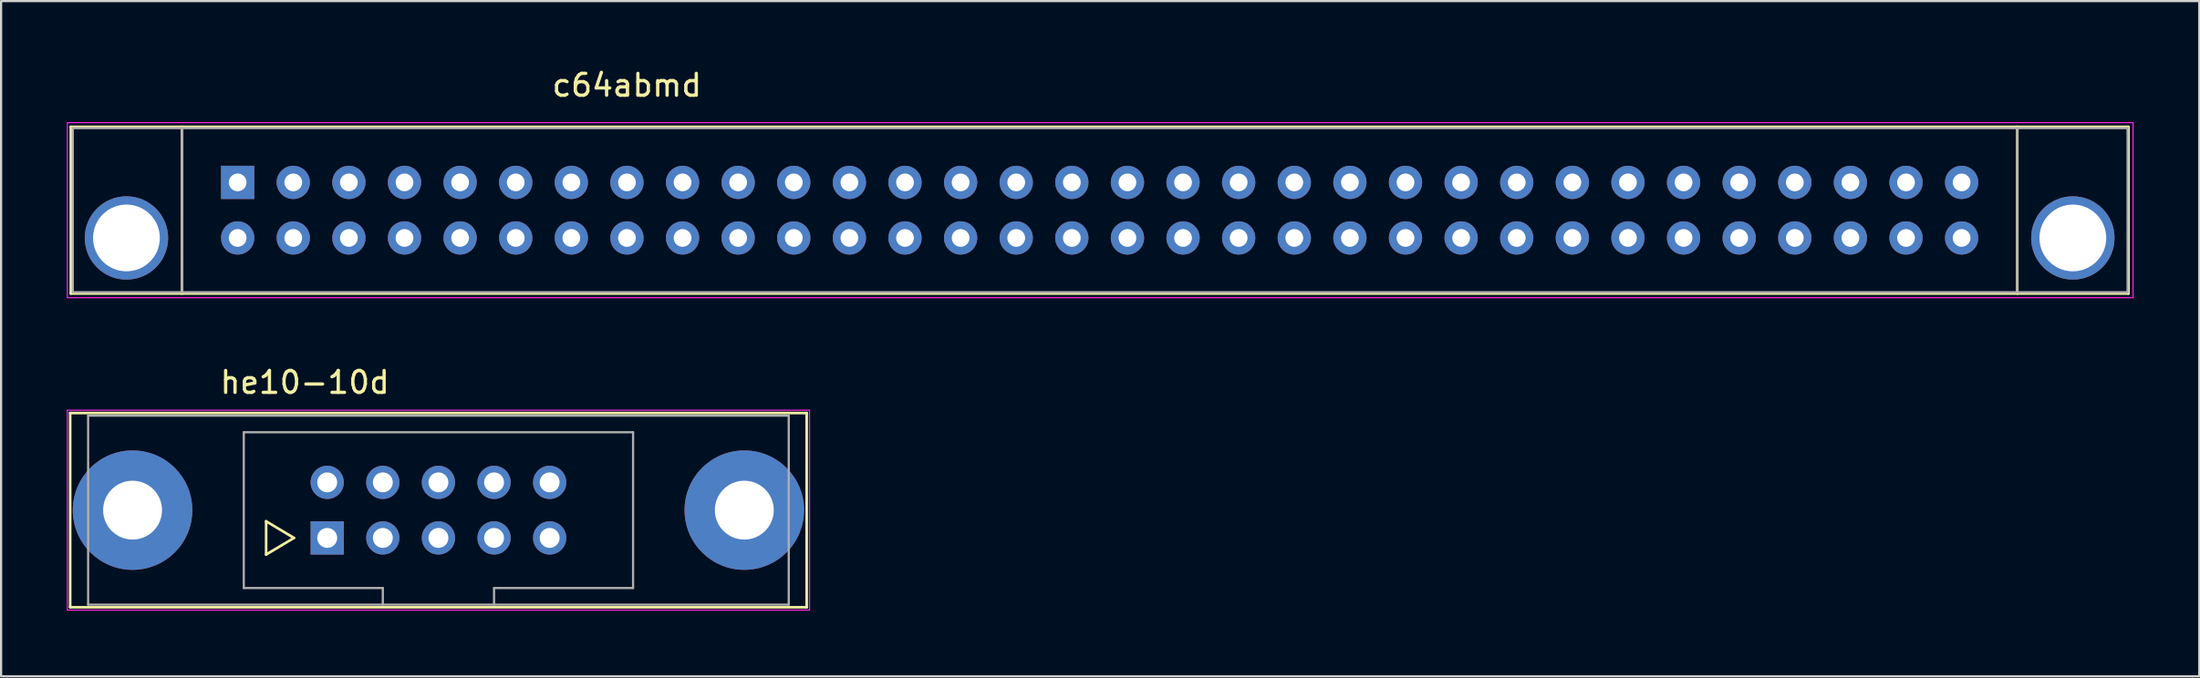
<source format=kicad_pcb>
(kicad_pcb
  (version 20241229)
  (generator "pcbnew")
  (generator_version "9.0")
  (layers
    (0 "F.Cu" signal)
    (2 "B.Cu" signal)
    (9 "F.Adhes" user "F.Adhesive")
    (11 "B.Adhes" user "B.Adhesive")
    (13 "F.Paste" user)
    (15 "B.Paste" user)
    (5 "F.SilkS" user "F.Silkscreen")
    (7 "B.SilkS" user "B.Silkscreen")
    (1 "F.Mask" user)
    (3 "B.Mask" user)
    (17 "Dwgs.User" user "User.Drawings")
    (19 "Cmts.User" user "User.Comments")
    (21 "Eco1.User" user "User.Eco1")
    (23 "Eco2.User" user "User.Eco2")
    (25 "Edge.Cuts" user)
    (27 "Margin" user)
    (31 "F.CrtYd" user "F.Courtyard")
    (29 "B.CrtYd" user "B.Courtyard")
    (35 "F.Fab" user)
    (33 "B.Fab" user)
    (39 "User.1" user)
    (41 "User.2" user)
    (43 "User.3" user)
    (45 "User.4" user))
  (footprint "he10-10d"
    (layer "F.Cu")
    (at 11.895 21.541)
    (property "Reference" "he10-10d" (at -1.02 -7.11 0) (layer "F.SilkS") (effects (font (size 1 1) (thickness 0.15))))
    (attr through_hole)
    (fp_line (start -11.74 -5.71) (end -11.74 3.17) (stroke (width 0.12) (type solid)) (layer "F.SilkS"))
    (fp_line (start -11.74 -5.71) (end 21.9 -5.71) (stroke (width 0.12) (type solid)) (layer "F.SilkS"))
    (fp_line (start -2.79 -0.76) (end -2.79 0.76) (stroke (width 0.12) (type solid)) (layer "F.SilkS"))
    (fp_line (start -2.79 0.76) (end -1.52 0) (stroke (width 0.12) (type solid)) (layer "F.SilkS"))
    (fp_line (start -1.52 0) (end -2.79 -0.76) (stroke (width 0.12) (type solid)) (layer "F.SilkS"))
    (fp_line (start 21.9 3.17) (end -11.74 3.17) (stroke (width 0.12) (type solid)) (layer "F.SilkS"))
    (fp_line (start 21.9 3.17) (end 21.9 -5.71) (stroke (width 0.12) (type solid)) (layer "F.SilkS"))
    (fp_line (start -11.87 -5.84) (end -11.87 3.3) (stroke (width 0.05) (type solid)) (layer "F.CrtYd"))
    (fp_line (start -11.87 -5.84) (end 22.03 -5.84) (stroke (width 0.05) (type solid)) (layer "F.CrtYd"))
    (fp_line (start 22.03 3.3) (end -11.87 3.3) (stroke (width 0.05) (type solid)) (layer "F.CrtYd"))
    (fp_line (start 22.03 3.3) (end 22.03 -5.84) (stroke (width 0.05) (type solid)) (layer "F.CrtYd"))
    (fp_line (start -10.92 -5.59) (end 21.08 -5.59) (stroke (width 0.1) (type solid)) (layer "F.Fab"))
    (fp_line (start -10.92 3.05) (end -10.92 -5.59) (stroke (width 0.1) (type solid)) (layer "F.Fab"))
    (fp_line (start -3.81 -4.83) (end 13.97 -4.83) (stroke (width 0.1) (type solid)) (layer "F.Fab"))
    (fp_line (start -3.81 2.29) (end -3.81 -4.83) (stroke (width 0.1) (type solid)) (layer "F.Fab"))
    (fp_line (start 2.54 2.29) (end -3.81 2.29) (stroke (width 0.1) (type solid)) (layer "F.Fab"))
    (fp_line (start 2.54 3.05) (end 2.54 2.29) (stroke (width 0.1) (type solid)) (layer "F.Fab"))
    (fp_line (start 7.62 2.29) (end 7.62 3.05) (stroke (width 0.1) (type solid)) (layer "F.Fab"))
    (fp_line (start 13.97 2.29) (end 7.62 2.29) (stroke (width 0.1) (type solid)) (layer "F.Fab"))
    (fp_line (start 13.97 2.29) (end 13.97 -4.83) (stroke (width 0.1) (type solid)) (layer "F.Fab"))
    (fp_line (start 21.08 -5.59) (end 21.08 3.05) (stroke (width 0.1) (type solid)) (layer "F.Fab"))
    (fp_line (start 21.08 3.05) (end -10.92 3.05) (stroke (width 0.1) (type solid)) (layer "F.Fab"))
    (pad "" thru_hole circle (at -8.89 -1.27) (size 5.46 5.46) (drill 2.69) (layers "*.Cu" "*.Mask"))
    (pad "" thru_hole circle (at 19.05 -1.27) (size 5.46 5.46) (drill 2.69) (layers "*.Cu" "*.Mask"))
    (pad "1" thru_hole rect (at 0 0) (size 1.52 1.52) (drill 0.91) (layers "*.Cu" "*.Mask"))
    (pad "2" thru_hole circle (at 0 -2.54) (size 1.52 1.52) (drill 0.91) (layers "*.Cu" "*.Mask"))
    (pad "3" thru_hole circle (at 2.54 0) (size 1.52 1.52) (drill 0.91) (layers "*.Cu" "*.Mask"))
    (pad "4" thru_hole circle (at 2.54 -2.54) (size 1.52 1.52) (drill 0.91) (layers "*.Cu" "*.Mask"))
    (pad "5" thru_hole circle (at 5.08 0) (size 1.52 1.52) (drill 0.91) (layers "*.Cu" "*.Mask"))
    (pad "6" thru_hole circle (at 5.08 -2.54) (size 1.52 1.52) (drill 0.91) (layers "*.Cu" "*.Mask"))
    (pad "7" thru_hole circle (at 7.62 0) (size 1.52 1.52) (drill 0.91) (layers "*.Cu" "*.Mask"))
    (pad "8" thru_hole circle (at 7.62 -2.54) (size 1.52 1.52) (drill 0.91) (layers "*.Cu" "*.Mask"))
    (pad "9" thru_hole circle (at 10.16 0) (size 1.52 1.52) (drill 0.91) (layers "*.Cu" "*.Mask"))
    (pad "10" thru_hole circle (at 10.16 -2.54) (size 1.52 1.52) (drill 0.91) (layers "*.Cu" "*.Mask")))
  (footprint "c64abmd"
    (layer "F.Cu")
    (at 7.805 5.288)
    (property "Reference" "c64abmd" (at 17.78 -4.44 0) (layer "F.SilkS") (effects (font (size 1 1) (thickness 0.15))))
    (attr through_hole)
    (fp_line (start -7.62 -2.54) (end 86.36 -2.54) (stroke (width 0.12) (type solid)) (layer "F.SilkS"))
    (fp_line (start -7.62 5.08) (end -7.62 -2.54) (stroke (width 0.12) (type solid)) (layer "F.SilkS"))
    (fp_line (start -7.62 5.08) (end 86.36 5.08) (stroke (width 0.12) (type solid)) (layer "F.SilkS"))
    (fp_line (start -2.54 5.08) (end -2.54 -2.54) (stroke (width 0.12) (type solid)) (layer "F.SilkS"))
    (fp_line (start 81.28 5.08) (end 81.28 -2.54) (stroke (width 0.12) (type solid)) (layer "F.SilkS"))
    (fp_line (start 86.36 -2.54) (end 86.36 5.08) (stroke (width 0.12) (type solid)) (layer "F.SilkS"))
    (fp_line (start -7.78 -2.73) (end -7.78 5.27) (stroke (width 0.05) (type solid)) (layer "F.CrtYd"))
    (fp_line (start -7.78 -2.73) (end 86.57 -2.73) (stroke (width 0.05) (type solid)) (layer "F.CrtYd"))
    (fp_line (start 86.57 5.27) (end -7.78 5.27) (stroke (width 0.05) (type solid)) (layer "F.CrtYd"))
    (fp_line (start 86.57 5.27) (end 86.57 -2.73) (stroke (width 0.05) (type solid)) (layer "F.CrtYd"))
    (fp_line (start -7.53 -2.48) (end -7.53 5.02) (stroke (width 0.1) (type solid)) (layer "F.Fab"))
    (fp_line (start -7.53 5.02) (end 86.32 5.02) (stroke (width 0.1) (type solid)) (layer "F.Fab"))
    (fp_line (start -2.53 -2.48) (end -2.53 5.02) (stroke (width 0.1) (type solid)) (layer "F.Fab"))
    (fp_line (start 81.27 5.02) (end 81.27 -2.48) (stroke (width 0.1) (type solid)) (layer "F.Fab"))
    (fp_line (start 86.32 -2.48) (end -7.53 -2.48) (stroke (width 0.1) (type solid)) (layer "F.Fab"))
    (fp_line (start 86.32 5.02) (end 86.32 -2.48) (stroke (width 0.1) (type solid)) (layer "F.Fab"))
    (pad "65" thru_hole circle (at -5.08 2.54) (size 3.81 3.81) (drill 3.05) (layers "*.Cu" "*.Mask"))
    (pad "66" thru_hole circle (at 83.82 2.54) (size 3.81 3.81) (drill 3.05) (layers "*.Cu" "*.Mask"))
    (pad "A1" thru_hole rect (at 0 0) (size 1.52 1.52) (drill 0.81) (layers "*.Cu" "*.Mask"))
    (pad "A2" thru_hole circle (at 2.54 0) (size 1.52 1.52) (drill 0.81) (layers "*.Cu" "*.Mask"))
    (pad "A3" thru_hole circle (at 5.08 0) (size 1.52 1.52) (drill 0.81) (layers "*.Cu" "*.Mask"))
    (pad "A4" thru_hole circle (at 7.62 0) (size 1.52 1.52) (drill 0.81) (layers "*.Cu" "*.Mask"))
    (pad "A5" thru_hole circle (at 10.16 0) (size 1.52 1.52) (drill 0.81) (layers "*.Cu" "*.Mask"))
    (pad "A6" thru_hole circle (at 12.7 0) (size 1.52 1.52) (drill 0.81) (layers "*.Cu" "*.Mask"))
    (pad "A7" thru_hole circle (at 15.24 0) (size 1.52 1.52) (drill 0.81) (layers "*.Cu" "*.Mask"))
    (pad "A8" thru_hole circle (at 17.78 0) (size 1.52 1.52) (drill 0.81) (layers "*.Cu" "*.Mask"))
    (pad "A9" thru_hole circle (at 20.32 0) (size 1.52 1.52) (drill 0.81) (layers "*.Cu" "*.Mask"))
    (pad "A10" thru_hole circle (at 22.86 0) (size 1.52 1.52) (drill 0.81) (layers "*.Cu" "*.Mask"))
    (pad "A11" thru_hole circle (at 25.4 0) (size 1.52 1.52) (drill 0.81) (layers "*.Cu" "*.Mask"))
    (pad "A12" thru_hole circle (at 27.94 0) (size 1.52 1.52) (drill 0.81) (layers "*.Cu" "*.Mask"))
    (pad "A13" thru_hole circle (at 30.48 0) (size 1.52 1.52) (drill 0.81) (layers "*.Cu" "*.Mask"))
    (pad "A14" thru_hole circle (at 33.02 0) (size 1.52 1.52) (drill 0.81) (layers "*.Cu" "*.Mask"))
    (pad "A15" thru_hole circle (at 35.56 0) (size 1.52 1.52) (drill 0.81) (layers "*.Cu" "*.Mask"))
    (pad "A16" thru_hole circle (at 38.1 0) (size 1.52 1.52) (drill 0.81) (layers "*.Cu" "*.Mask"))
    (pad "A17" thru_hole circle (at 40.64 0) (size 1.52 1.52) (drill 0.81) (layers "*.Cu" "*.Mask"))
    (pad "A18" thru_hole circle (at 43.18 0) (size 1.52 1.52) (drill 0.81) (layers "*.Cu" "*.Mask"))
    (pad "A19" thru_hole circle (at 45.72 0) (size 1.52 1.52) (drill 0.81) (layers "*.Cu" "*.Mask"))
    (pad "A20" thru_hole circle (at 48.26 0) (size 1.52 1.52) (drill 0.81) (layers "*.Cu" "*.Mask"))
    (pad "A21" thru_hole circle (at 50.8 0) (size 1.52 1.52) (drill 0.81) (layers "*.Cu" "*.Mask"))
    (pad "A22" thru_hole circle (at 53.34 0) (size 1.52 1.52) (drill 0.81) (layers "*.Cu" "*.Mask"))
    (pad "A23" thru_hole circle (at 55.88 0) (size 1.52 1.52) (drill 0.81) (layers "*.Cu" "*.Mask"))
    (pad "A24" thru_hole circle (at 58.42 0) (size 1.52 1.52) (drill 0.81) (layers "*.Cu" "*.Mask"))
    (pad "A25" thru_hole circle (at 60.96 0) (size 1.52 1.52) (drill 0.81) (layers "*.Cu" "*.Mask"))
    (pad "A26" thru_hole circle (at 63.5 0) (size 1.52 1.52) (drill 0.81) (layers "*.Cu" "*.Mask"))
    (pad "A27" thru_hole circle (at 66.04 0) (size 1.52 1.52) (drill 0.81) (layers "*.Cu" "*.Mask"))
    (pad "A28" thru_hole circle (at 68.58 0) (size 1.52 1.52) (drill 0.81) (layers "*.Cu" "*.Mask"))
    (pad "A29" thru_hole circle (at 71.12 0) (size 1.52 1.52) (drill 0.81) (layers "*.Cu" "*.Mask"))
    (pad "A30" thru_hole circle (at 73.66 0) (size 1.52 1.52) (drill 0.81) (layers "*.Cu" "*.Mask"))
    (pad "A31" thru_hole circle (at 76.2 0) (size 1.52 1.52) (drill 0.81) (layers "*.Cu" "*.Mask"))
    (pad "A32" thru_hole circle (at 78.74 0) (size 1.52 1.52) (drill 0.81) (layers "*.Cu" "*.Mask"))
    (pad "B1" thru_hole circle (at 0 2.54) (size 1.52 1.52) (drill 0.81) (layers "*.Cu" "*.Mask"))
    (pad "B2" thru_hole circle (at 2.54 2.54) (size 1.52 1.52) (drill 0.81) (layers "*.Cu" "*.Mask"))
    (pad "B3" thru_hole circle (at 5.08 2.54) (size 1.52 1.52) (drill 0.81) (layers "*.Cu" "*.Mask"))
    (pad "B4" thru_hole circle (at 7.62 2.54) (size 1.52 1.52) (drill 0.81) (layers "*.Cu" "*.Mask"))
    (pad "B5" thru_hole circle (at 10.16 2.54) (size 1.52 1.52) (drill 0.81) (layers "*.Cu" "*.Mask"))
    (pad "B6" thru_hole circle (at 12.7 2.54) (size 1.52 1.52) (drill 0.81) (layers "*.Cu" "*.Mask"))
    (pad "B7" thru_hole circle (at 15.24 2.54) (size 1.52 1.52) (drill 0.81) (layers "*.Cu" "*.Mask"))
    (pad "B8" thru_hole circle (at 17.78 2.54) (size 1.52 1.52) (drill 0.81) (layers "*.Cu" "*.Mask"))
    (pad "B9" thru_hole circle (at 20.32 2.54) (size 1.52 1.52) (drill 0.81) (layers "*.Cu" "*.Mask"))
    (pad "B10" thru_hole circle (at 22.86 2.54) (size 1.52 1.52) (drill 0.81) (layers "*.Cu" "*.Mask"))
    (pad "B11" thru_hole circle (at 25.4 2.54) (size 1.52 1.52) (drill 0.81) (layers "*.Cu" "*.Mask"))
    (pad "B12" thru_hole circle (at 27.94 2.54) (size 1.52 1.52) (drill 0.81) (layers "*.Cu" "*.Mask"))
    (pad "B13" thru_hole circle (at 30.48 2.54) (size 1.52 1.52) (drill 0.81) (layers "*.Cu" "*.Mask"))
    (pad "B14" thru_hole circle (at 33.02 2.54) (size 1.52 1.52) (drill 0.81) (layers "*.Cu" "*.Mask"))
    (pad "B15" thru_hole circle (at 35.56 2.54) (size 1.52 1.52) (drill 0.81) (layers "*.Cu" "*.Mask"))
    (pad "B16" thru_hole circle (at 38.1 2.54) (size 1.52 1.52) (drill 0.81) (layers "*.Cu" "*.Mask"))
    (pad "B17" thru_hole circle (at 40.64 2.54) (size 1.52 1.52) (drill 0.81) (layers "*.Cu" "*.Mask"))
    (pad "B18" thru_hole circle (at 43.18 2.54) (size 1.52 1.52) (drill 0.81) (layers "*.Cu" "*.Mask"))
    (pad "B19" thru_hole circle (at 45.72 2.54) (size 1.52 1.52) (drill 0.81) (layers "*.Cu" "*.Mask"))
    (pad "B20" thru_hole circle (at 48.26 2.54) (size 1.52 1.52) (drill 0.81) (layers "*.Cu" "*.Mask"))
    (pad "B21" thru_hole circle (at 50.8 2.54) (size 1.52 1.52) (drill 0.81) (layers "*.Cu" "*.Mask"))
    (pad "B22" thru_hole circle (at 53.34 2.54) (size 1.52 1.52) (drill 0.81) (layers "*.Cu" "*.Mask"))
    (pad "B23" thru_hole circle (at 55.88 2.54) (size 1.52 1.52) (drill 0.81) (layers "*.Cu" "*.Mask"))
    (pad "B24" thru_hole circle (at 58.42 2.54) (size 1.52 1.52) (drill 0.81) (layers "*.Cu" "*.Mask"))
    (pad "B25" thru_hole circle (at 60.96 2.54) (size 1.52 1.52) (drill 0.81) (layers "*.Cu" "*.Mask"))
    (pad "B26" thru_hole circle (at 63.5 2.54) (size 1.52 1.52) (drill 0.81) (layers "*.Cu" "*.Mask"))
    (pad "B27" thru_hole circle (at 66.04 2.54) (size 1.52 1.52) (drill 0.81) (layers "*.Cu" "*.Mask"))
    (pad "B28" thru_hole circle (at 68.58 2.54) (size 1.52 1.52) (drill 0.81) (layers "*.Cu" "*.Mask"))
    (pad "B29" thru_hole circle (at 71.12 2.54) (size 1.52 1.52) (drill 0.81) (layers "*.Cu" "*.Mask"))
    (pad "B30" thru_hole circle (at 73.66 2.54) (size 1.52 1.52) (drill 0.81) (layers "*.Cu" "*.Mask"))
    (pad "B31" thru_hole circle (at 76.2 2.54) (size 1.52 1.52) (drill 0.81) (layers "*.Cu" "*.Mask"))
    (pad "B32" thru_hole circle (at 78.74 2.54) (size 1.52 1.52) (drill 0.81) (layers "*.Cu" "*.Mask")))
  (gr_rect
    (start -3 -3)
    (end 97.4 27.866)
    (stroke (width 0.1) (type default))
    (fill no)
    (layer "Edge.Cuts")))
</source>
